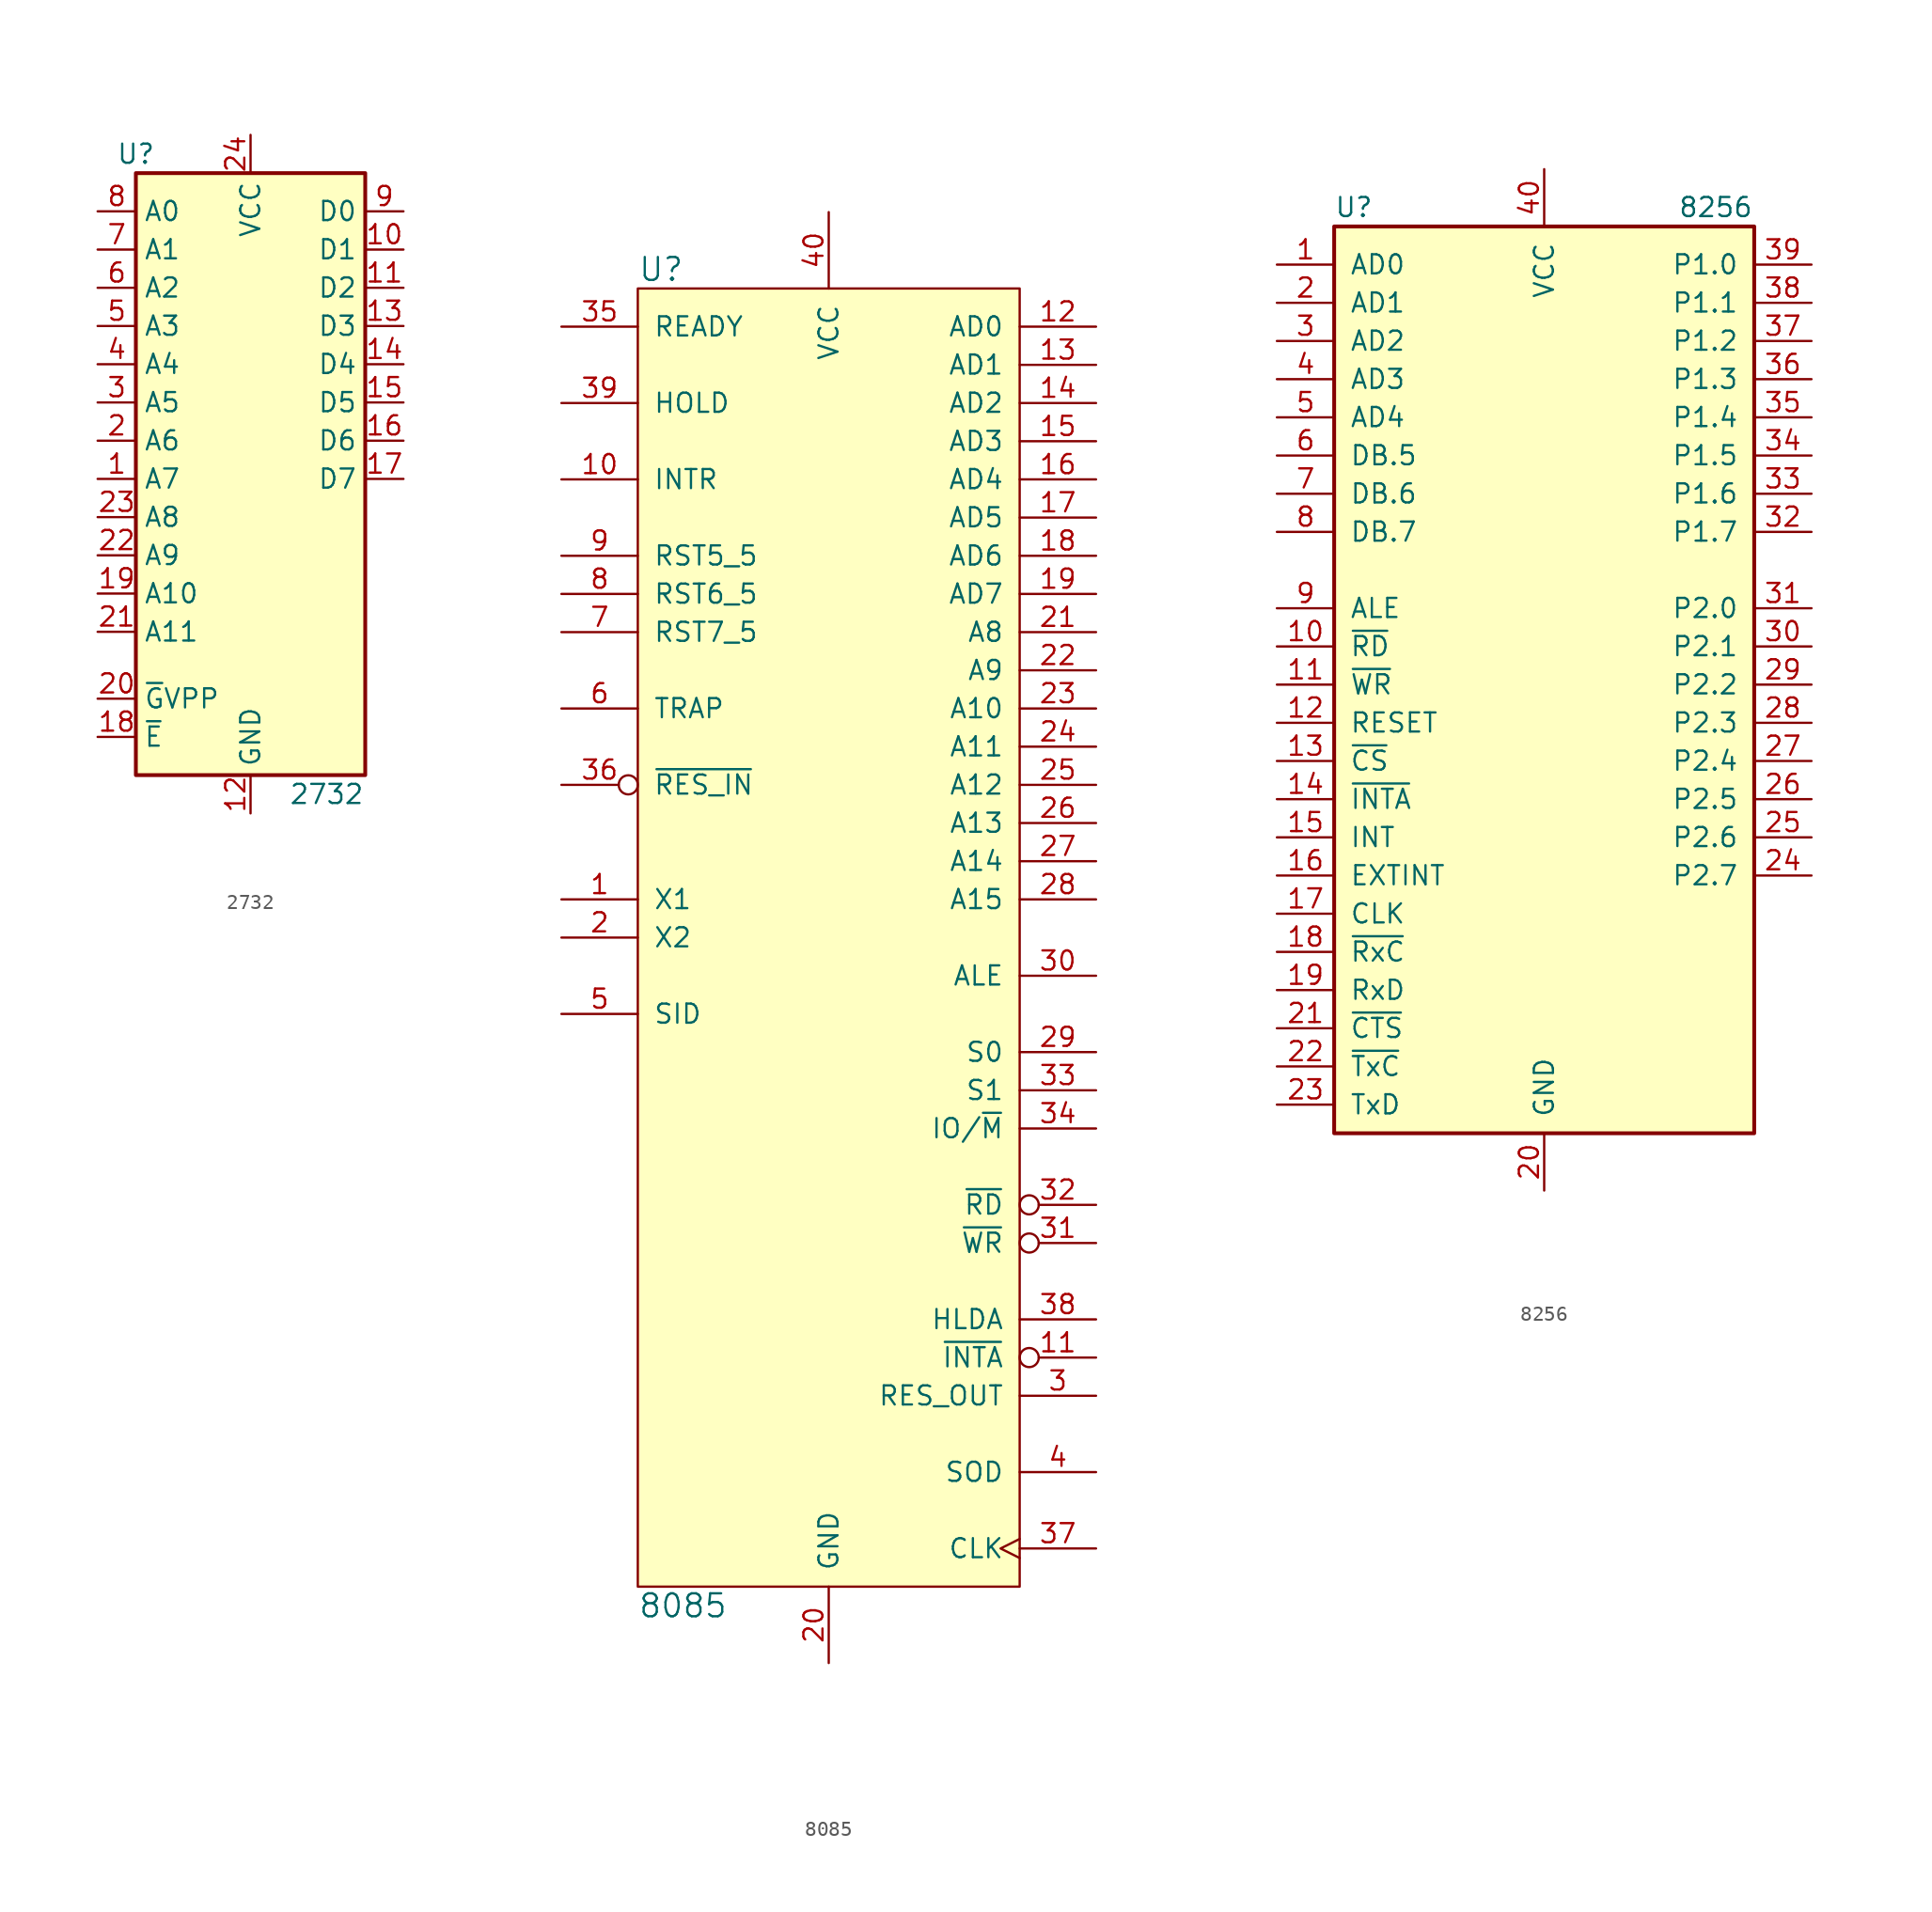
<source format=kicad_sym>
(kicad_symbol_lib
  (version 20220914)
  (generator kicad_symbol_editor)
  (symbol "2732"
    (property "Reference" "U"
      (at -7.62 26.67 0)
      (effects (font (size 1.27 1.27))))
    (property "Value" "2732"
      (at 2.54 -15.875 0)
      (effects (font (size 1.27 1.27)) (justify left)))
    (symbol "2732_1_1"
      (rectangle (start -7.62 25.4) (end 7.62 -14.605) (stroke (width 0.254) (type default)) (fill (type background)))
      (pin input line (at -10.16 5.08 0) (length 2.54) (name "A7" (effects (font (size 1.27 1.27)))) (number "1" (effects (font (size 1.27 1.27)))))
      (pin tri_state line (at 10.16 20.32 180) (length 2.54) (name "D1" (effects (font (size 1.27 1.27)))) (number "10" (effects (font (size 1.27 1.27)))))
      (pin tri_state line (at 10.16 17.78 180) (length 2.54) (name "D2" (effects (font (size 1.27 1.27)))) (number "11" (effects (font (size 1.27 1.27)))))
      (pin power_in line (at 0 -17.145 90) (length 2.54) (name "GND" (effects (font (size 1.27 1.27)))) (number "12" (effects (font (size 1.27 1.27)))))
      (pin tri_state line (at 10.16 15.24 180) (length 2.54) (name "D3" (effects (font (size 1.27 1.27)))) (number "13" (effects (font (size 1.27 1.27)))))
      (pin tri_state line (at 10.16 12.7 180) (length 2.54) (name "D4" (effects (font (size 1.27 1.27)))) (number "14" (effects (font (size 1.27 1.27)))))
      (pin tri_state line (at 10.16 10.16 180) (length 2.54) (name "D5" (effects (font (size 1.27 1.27)))) (number "15" (effects (font (size 1.27 1.27)))))
      (pin tri_state line (at 10.16 7.62 180) (length 2.54) (name "D6" (effects (font (size 1.27 1.27)))) (number "16" (effects (font (size 1.27 1.27)))))
      (pin tri_state line (at 10.16 5.08 180) (length 2.54) (name "D7" (effects (font (size 1.27 1.27)))) (number "17" (effects (font (size 1.27 1.27)))))
      (pin input line (at -10.16 -12.065 0) (length 2.54) (name "~{E}" (effects (font (size 1.27 1.27)))) (number "18" (effects (font (size 1.27 1.27)))))
      (pin input line (at -10.16 -2.54 0) (length 2.54) (name "A10" (effects (font (size 1.27 1.27)))) (number "19" (effects (font (size 1.27 1.27)))))
      (pin input line (at -10.16 7.62 0) (length 2.54) (name "A6" (effects (font (size 1.27 1.27)))) (number "2" (effects (font (size 1.27 1.27)))))
      (pin input line (at -10.16 -9.525 0) (length 2.54) (name "~{G}VPP" (effects (font (size 1.27 1.27)))) (number "20" (effects (font (size 1.27 1.27)))))
      (pin input line (at -10.16 -5.08 0) (length 2.54) (name "A11" (effects (font (size 1.27 1.27)))) (number "21" (effects (font (size 1.27 1.27)))))
      (pin input line (at -10.16 0 0) (length 2.54) (name "A9" (effects (font (size 1.27 1.27)))) (number "22" (effects (font (size 1.27 1.27)))))
      (pin input line (at -10.16 2.54 0) (length 2.54) (name "A8" (effects (font (size 1.27 1.27)))) (number "23" (effects (font (size 1.27 1.27)))))
      (pin power_in line (at 0 27.94 270) (length 2.54) (name "VCC" (effects (font (size 1.27 1.27)))) (number "24" (effects (font (size 1.27 1.27)))))
      (pin input line (at -10.16 10.16 0) (length 2.54) (name "A5" (effects (font (size 1.27 1.27)))) (number "3" (effects (font (size 1.27 1.27)))))
      (pin input line (at -10.16 12.7 0) (length 2.54) (name "A4" (effects (font (size 1.27 1.27)))) (number "4" (effects (font (size 1.27 1.27)))))
      (pin input line (at -10.16 15.24 0) (length 2.54) (name "A3" (effects (font (size 1.27 1.27)))) (number "5" (effects (font (size 1.27 1.27)))))
      (pin input line (at -10.16 17.78 0) (length 2.54) (name "A2" (effects (font (size 1.27 1.27)))) (number "6" (effects (font (size 1.27 1.27)))))
      (pin input line (at -10.16 20.32 0) (length 2.54) (name "A1" (effects (font (size 1.27 1.27)))) (number "7" (effects (font (size 1.27 1.27)))))
      (pin input line (at -10.16 22.86 0) (length 2.54) (name "A0" (effects (font (size 1.27 1.27)))) (number "8" (effects (font (size 1.27 1.27)))))
      (pin tri_state line (at 10.16 22.86 180) (length 2.54) (name "D0" (effects (font (size 1.27 1.27)))) (number "9" (effects (font (size 1.27 1.27)))))))
  (symbol "8085"
    (pin_names
      (offset 1.016))
    (property "Reference" "U"
      (at -12.7 44.45 0)
      (effects (font (size 1.524 1.524)) (justify left)))
    (property "Value" "8085"
      (at -12.7 -44.45 0)
      (effects (font (size 1.524 1.524)) (justify left)))
    (property "Footprint" ""
      (at 0 1.27 0)
      (effects (font (size 1.524 1.524))))
    (property "Datasheet" ""
      (at 0 1.27 0)
      (effects (font (size 1.524 1.524))))
    (symbol "8085_1_1"
      (rectangle (start -12.7 43.18) (end 12.7 -43.18) (stroke (width 0) (type solid)) (fill (type background)))
      (pin input line (at -17.78 2.54 0) (length 5.08) (name "X1" (effects (font (size 1.27 1.27)))) (number "1" (effects (font (size 1.27 1.27)))))
      (pin input line (at -17.78 30.48 0) (length 5.08) (name "INTR" (effects (font (size 1.27 1.27)))) (number "10" (effects (font (size 1.27 1.27)))))
      (pin output inverted (at 17.78 -27.94 180) (length 5.08) (name "~{INTA}" (effects (font (size 1.27 1.27)))) (number "11" (effects (font (size 1.27 1.27)))))
      (pin tri_state line (at 17.78 40.64 180) (length 5.08) (name "AD0" (effects (font (size 1.27 1.27)))) (number "12" (effects (font (size 1.27 1.27)))))
      (pin tri_state line (at 17.78 38.1 180) (length 5.08) (name "AD1" (effects (font (size 1.27 1.27)))) (number "13" (effects (font (size 1.27 1.27)))))
      (pin tri_state line (at 17.78 35.56 180) (length 5.08) (name "AD2" (effects (font (size 1.27 1.27)))) (number "14" (effects (font (size 1.27 1.27)))))
      (pin tri_state line (at 17.78 33.02 180) (length 5.08) (name "AD3" (effects (font (size 1.27 1.27)))) (number "15" (effects (font (size 1.27 1.27)))))
      (pin tri_state line (at 17.78 30.48 180) (length 5.08) (name "AD4" (effects (font (size 1.27 1.27)))) (number "16" (effects (font (size 1.27 1.27)))))
      (pin tri_state line (at 17.78 27.94 180) (length 5.08) (name "AD5" (effects (font (size 1.27 1.27)))) (number "17" (effects (font (size 1.27 1.27)))))
      (pin tri_state line (at 17.78 25.4 180) (length 5.08) (name "AD6" (effects (font (size 1.27 1.27)))) (number "18" (effects (font (size 1.27 1.27)))))
      (pin tri_state line (at 17.78 22.86 180) (length 5.08) (name "AD7" (effects (font (size 1.27 1.27)))) (number "19" (effects (font (size 1.27 1.27)))))
      (pin input line (at -17.78 0 0) (length 5.08) (name "X2" (effects (font (size 1.27 1.27)))) (number "2" (effects (font (size 1.27 1.27)))))
      (pin power_in line (at 0 -48.26 90) (length 5.08) (name "GND" (effects (font (size 1.27 1.27)))) (number "20" (effects (font (size 1.27 1.27)))))
      (pin tri_state line (at 17.78 20.32 180) (length 5.08) (name "A8" (effects (font (size 1.27 1.27)))) (number "21" (effects (font (size 1.27 1.27)))))
      (pin tri_state line (at 17.78 17.78 180) (length 5.08) (name "A9" (effects (font (size 1.27 1.27)))) (number "22" (effects (font (size 1.27 1.27)))))
      (pin tri_state line (at 17.78 15.24 180) (length 5.08) (name "A10" (effects (font (size 1.27 1.27)))) (number "23" (effects (font (size 1.27 1.27)))))
      (pin tri_state line (at 17.78 12.7 180) (length 5.08) (name "A11" (effects (font (size 1.27 1.27)))) (number "24" (effects (font (size 1.27 1.27)))))
      (pin tri_state line (at 17.78 10.16 180) (length 5.08) (name "A12" (effects (font (size 1.27 1.27)))) (number "25" (effects (font (size 1.27 1.27)))))
      (pin tri_state line (at 17.78 7.62 180) (length 5.08) (name "A13" (effects (font (size 1.27 1.27)))) (number "26" (effects (font (size 1.27 1.27)))))
      (pin tri_state line (at 17.78 5.08 180) (length 5.08) (name "A14" (effects (font (size 1.27 1.27)))) (number "27" (effects (font (size 1.27 1.27)))))
      (pin tri_state line (at 17.78 2.54 180) (length 5.08) (name "A15" (effects (font (size 1.27 1.27)))) (number "28" (effects (font (size 1.27 1.27)))))
      (pin output line (at 17.78 -7.62 180) (length 5.08) (name "S0" (effects (font (size 1.27 1.27)))) (number "29" (effects (font (size 1.27 1.27)))))
      (pin output line (at 17.78 -30.48 180) (length 5.08) (name "RES_OUT" (effects (font (size 1.27 1.27)))) (number "3" (effects (font (size 1.27 1.27)))))
      (pin output line (at 17.78 -2.54 180) (length 5.08) (name "ALE" (effects (font (size 1.27 1.27)))) (number "30" (effects (font (size 1.27 1.27)))))
      (pin output inverted (at 17.78 -20.32 180) (length 5.08) (name "~{WR}" (effects (font (size 1.27 1.27)))) (number "31" (effects (font (size 1.27 1.27)))))
      (pin output inverted (at 17.78 -17.78 180) (length 5.08) (name "~{RD}" (effects (font (size 1.27 1.27)))) (number "32" (effects (font (size 1.27 1.27)))))
      (pin output line (at 17.78 -10.16 180) (length 5.08) (name "S1" (effects (font (size 1.27 1.27)))) (number "33" (effects (font (size 1.27 1.27)))))
      (pin output line (at 17.78 -12.7 180) (length 5.08) (name "IO/~{M}" (effects (font (size 1.27 1.27)))) (number "34" (effects (font (size 1.27 1.27)))))
      (pin input line (at -17.78 40.64 0) (length 5.08) (name "READY" (effects (font (size 1.27 1.27)))) (number "35" (effects (font (size 1.27 1.27)))))
      (pin input inverted (at -17.78 10.16 0) (length 5.08) (name "~{RES_IN}" (effects (font (size 1.27 1.27)))) (number "36" (effects (font (size 1.27 1.27)))))
      (pin output clock (at 17.78 -40.64 180) (length 5.08) (name "CLK" (effects (font (size 1.27 1.27)))) (number "37" (effects (font (size 1.27 1.27)))))
      (pin output line (at 17.78 -25.4 180) (length 5.08) (name "HLDA" (effects (font (size 1.27 1.27)))) (number "38" (effects (font (size 1.27 1.27)))))
      (pin input line (at -17.78 35.56 0) (length 5.08) (name "HOLD" (effects (font (size 1.27 1.27)))) (number "39" (effects (font (size 1.27 1.27)))))
      (pin output line (at 17.78 -35.56 180) (length 5.08) (name "SOD" (effects (font (size 1.27 1.27)))) (number "4" (effects (font (size 1.27 1.27)))))
      (pin power_in line (at 0 48.26 270) (length 5.08) (name "VCC" (effects (font (size 1.27 1.27)))) (number "40" (effects (font (size 1.27 1.27)))))
      (pin input line (at -17.78 -5.08 0) (length 5.08) (name "SID" (effects (font (size 1.27 1.27)))) (number "5" (effects (font (size 1.27 1.27)))))
      (pin input line (at -17.78 15.24 0) (length 5.08) (name "TRAP" (effects (font (size 1.27 1.27)))) (number "6" (effects (font (size 1.27 1.27)))))
      (pin input line (at -17.78 20.32 0) (length 5.08) (name "RST7_5" (effects (font (size 1.27 1.27)))) (number "7" (effects (font (size 1.27 1.27)))))
      (pin input line (at -17.78 22.86 0) (length 5.08) (name "RST6_5" (effects (font (size 1.27 1.27)))) (number "8" (effects (font (size 1.27 1.27)))))
      (pin input line (at -17.78 25.4 0) (length 5.08) (name "RST5_5" (effects (font (size 1.27 1.27)))) (number "9" (effects (font (size 1.27 1.27)))))))
  (symbol "8256"
    (pin_names
      (offset 1.016))
    (property "Reference" "U"
      (at -13.97 23.495 0)
      (effects (font (size 1.27 1.27)) (justify left)))
    (property "Value" "8256"
      (at 8.89 23.495 0)
      (effects (font (size 1.27 1.27)) (justify left)))
    (symbol "8256_1_0"
      (pin bidirectional line (at -17.78 19.685 0) (length 3.81) (name "AD0" (effects (font (size 1.27 1.27)))) (number "1" (effects (font (size 1.27 1.27)))))
      (pin bidirectional line (at -17.78 17.145 0) (length 3.81) (name "AD1" (effects (font (size 1.27 1.27)))) (number "2" (effects (font (size 1.27 1.27)))))
      (pin bidirectional line (at -17.78 14.605 0) (length 3.81) (name "AD2" (effects (font (size 1.27 1.27)))) (number "3" (effects (font (size 1.27 1.27)))))
      (pin bidirectional line (at -17.78 12.065 0) (length 3.81) (name "AD3" (effects (font (size 1.27 1.27)))) (number "4" (effects (font (size 1.27 1.27)))))
      (pin bidirectional line (at -17.78 9.525 0) (length 3.81) (name "AD4" (effects (font (size 1.27 1.27)))) (number "5" (effects (font (size 1.27 1.27)))))
      (pin bidirectional line (at -17.78 -3.175 0) (length 3.81) (name "ALE" (effects (font (size 1.27 1.27)))) (number "9" (effects (font (size 1.27 1.27))))))
    (symbol "8256_1_1"
      (rectangle (start -13.97 22.225) (end 13.97 -38.1) (stroke (width 0.254) (type default)) (fill (type background)))
      (pin input line (at -17.78 -5.715 0) (length 3.81) (name "~{RD}" (effects (font (size 1.27 1.27)))) (number "10" (effects (font (size 1.27 1.27)))))
      (pin input line (at -17.78 -8.255 0) (length 3.81) (name "~{WR}" (effects (font (size 1.27 1.27)))) (number "11" (effects (font (size 1.27 1.27)))))
      (pin input line (at -17.78 -10.795 0) (length 3.81) (name "RESET" (effects (font (size 1.27 1.27)))) (number "12" (effects (font (size 1.27 1.27)))))
      (pin input line (at -17.78 -13.335 0) (length 3.81) (name "~{CS}" (effects (font (size 1.27 1.27)))) (number "13" (effects (font (size 1.27 1.27)))))
      (pin input line (at -17.78 -15.875 0) (length 3.81) (name "~{INTA}" (effects (font (size 1.27 1.27)))) (number "14" (effects (font (size 1.27 1.27)))))
      (pin output line (at -17.78 -18.415 0) (length 3.81) (name "INT" (effects (font (size 1.27 1.27)))) (number "15" (effects (font (size 1.27 1.27)))))
      (pin input line (at -17.78 -20.955 0) (length 3.81) (name "EXTINT" (effects (font (size 1.27 1.27)))) (number "16" (effects (font (size 1.27 1.27)))))
      (pin input line (at -17.78 -23.495 0) (length 3.81) (name "CLK" (effects (font (size 1.27 1.27)))) (number "17" (effects (font (size 1.27 1.27)))))
      (pin bidirectional line (at -17.78 -26.035 0) (length 3.81) (name "~{RxC}" (effects (font (size 1.27 1.27)))) (number "18" (effects (font (size 1.27 1.27)))))
      (pin input line (at -17.78 -28.575 0) (length 3.81) (name "RxD" (effects (font (size 1.27 1.27)))) (number "19" (effects (font (size 1.27 1.27)))))
      (pin power_in line (at 0 -41.91 90) (length 3.81) (name "GND" (effects (font (size 1.27 1.27)))) (number "20" (effects (font (size 1.27 1.27)))))
      (pin input line (at -17.78 -31.115 0) (length 3.81) (name "~{CTS}" (effects (font (size 1.27 1.27)))) (number "21" (effects (font (size 1.27 1.27)))))
      (pin bidirectional line (at -17.78 -33.655 0) (length 3.81) (name "~{TxC}" (effects (font (size 1.27 1.27)))) (number "22" (effects (font (size 1.27 1.27)))))
      (pin output line (at -17.78 -36.195 0) (length 3.81) (name "TxD" (effects (font (size 1.27 1.27)))) (number "23" (effects (font (size 1.27 1.27)))))
      (pin bidirectional line (at 17.78 -20.955 180) (length 3.81) (name "P2.7" (effects (font (size 1.27 1.27)))) (number "24" (effects (font (size 1.27 1.27)))))
      (pin bidirectional line (at 17.78 -18.415 180) (length 3.81) (name "P2.6" (effects (font (size 1.27 1.27)))) (number "25" (effects (font (size 1.27 1.27)))))
      (pin bidirectional line (at 17.78 -15.875 180) (length 3.81) (name "P2.5" (effects (font (size 1.27 1.27)))) (number "26" (effects (font (size 1.27 1.27)))))
      (pin bidirectional line (at 17.78 -13.335 180) (length 3.81) (name "P2.4" (effects (font (size 1.27 1.27)))) (number "27" (effects (font (size 1.27 1.27)))))
      (pin bidirectional line (at 17.78 -10.795 180) (length 3.81) (name "P2.3" (effects (font (size 1.27 1.27)))) (number "28" (effects (font (size 1.27 1.27)))))
      (pin bidirectional line (at 17.78 -8.255 180) (length 3.81) (name "P2.2" (effects (font (size 1.27 1.27)))) (number "29" (effects (font (size 1.27 1.27)))))
      (pin bidirectional line (at 17.78 -5.715 180) (length 3.81) (name "P2.1" (effects (font (size 1.27 1.27)))) (number "30" (effects (font (size 1.27 1.27)))))
      (pin bidirectional line (at 17.78 -3.175 180) (length 3.81) (name "P2.0" (effects (font (size 1.27 1.27)))) (number "31" (effects (font (size 1.27 1.27)))))
      (pin bidirectional line (at 17.78 1.905 180) (length 3.81) (name "P1.7" (effects (font (size 1.27 1.27)))) (number "32" (effects (font (size 1.27 1.27)))))
      (pin bidirectional line (at 17.78 4.445 180) (length 3.81) (name "P1.6" (effects (font (size 1.27 1.27)))) (number "33" (effects (font (size 1.27 1.27)))))
      (pin bidirectional line (at 17.78 6.985 180) (length 3.81) (name "P1.5" (effects (font (size 1.27 1.27)))) (number "34" (effects (font (size 1.27 1.27)))))
      (pin bidirectional line (at 17.78 9.525 180) (length 3.81) (name "P1.4" (effects (font (size 1.27 1.27)))) (number "35" (effects (font (size 1.27 1.27)))))
      (pin bidirectional line (at 17.78 12.065 180) (length 3.81) (name "P1.3" (effects (font (size 1.27 1.27)))) (number "36" (effects (font (size 1.27 1.27)))))
      (pin bidirectional line (at 17.78 14.605 180) (length 3.81) (name "P1.2" (effects (font (size 1.27 1.27)))) (number "37" (effects (font (size 1.27 1.27)))))
      (pin bidirectional line (at 17.78 17.145 180) (length 3.81) (name "P1.1" (effects (font (size 1.27 1.27)))) (number "38" (effects (font (size 1.27 1.27)))))
      (pin bidirectional line (at 17.78 19.685 180) (length 3.81) (name "P1.0" (effects (font (size 1.27 1.27)))) (number "39" (effects (font (size 1.27 1.27)))))
      (pin power_in line (at 0 26.035 270) (length 3.81) (name "VCC" (effects (font (size 1.27 1.27)))) (number "40" (effects (font (size 1.27 1.27)))))
      (pin bidirectional line (at -17.78 6.985 0) (length 3.81) (name "DB.5" (effects (font (size 1.27 1.27)))) (number "6" (effects (font (size 1.27 1.27)))))
      (pin bidirectional line (at -17.78 4.445 0) (length 3.81) (name "DB.6" (effects (font (size 1.27 1.27)))) (number "7" (effects (font (size 1.27 1.27)))))
      (pin bidirectional line (at -17.78 1.905 0) (length 3.81) (name "DB.7" (effects (font (size 1.27 1.27)))) (number "8" (effects (font (size 1.27 1.27))))))))
</source>
